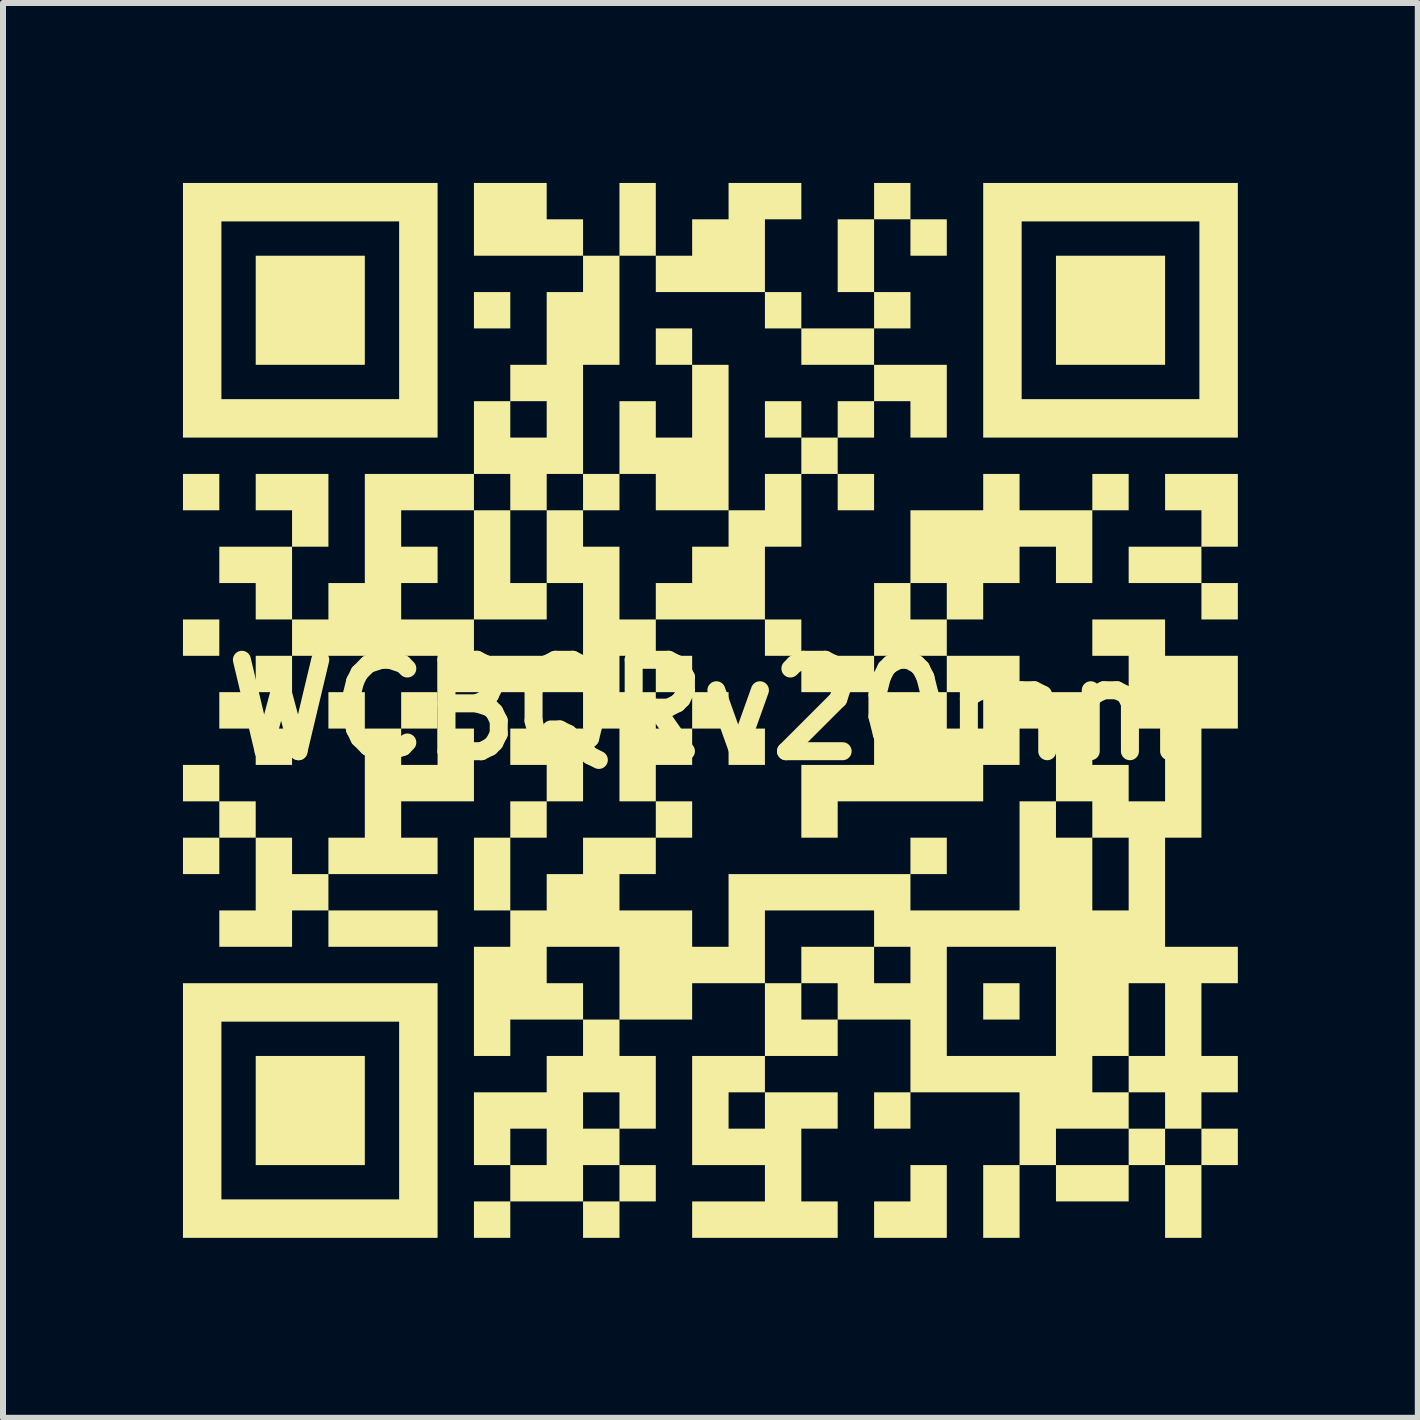
<source format=kicad_pcb>
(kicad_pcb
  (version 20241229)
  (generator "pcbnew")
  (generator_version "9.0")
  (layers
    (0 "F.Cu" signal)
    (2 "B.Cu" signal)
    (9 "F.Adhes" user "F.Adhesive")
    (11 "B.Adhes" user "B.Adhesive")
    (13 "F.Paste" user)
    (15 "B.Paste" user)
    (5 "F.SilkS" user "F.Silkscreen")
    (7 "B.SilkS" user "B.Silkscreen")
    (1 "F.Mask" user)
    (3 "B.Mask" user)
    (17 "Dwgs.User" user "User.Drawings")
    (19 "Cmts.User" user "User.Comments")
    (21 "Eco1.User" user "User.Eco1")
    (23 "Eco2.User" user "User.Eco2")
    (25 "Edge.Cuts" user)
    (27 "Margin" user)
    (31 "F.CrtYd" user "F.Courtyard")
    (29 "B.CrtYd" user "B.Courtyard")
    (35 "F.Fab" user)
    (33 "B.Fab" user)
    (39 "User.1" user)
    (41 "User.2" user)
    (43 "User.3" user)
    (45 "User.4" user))
  (footprint "WCBQRv20mm"
    (layer "F.Cu")
    (at 8.784 8.784)
    (property "Reference" "WCBQRv20mm" (at 0 0 0) (layer "F.SilkS") (effects (font (size 1.524 1.524) (thickness 0.3))))
    (attr board_only exclude_from_pos_files exclude_from_bom)
    (fp_poly (pts (xy -8.178 -3.327) (xy -8.784 -3.327) (xy -8.784 -3.933) (xy -8.178 -3.933)) (stroke (width 0) (type solid)) (fill yes) (layer "F.SilkS"))
    (fp_poly (pts (xy -8.178 -0.901) (xy -8.784 -0.901) (xy -8.784 -1.507) (xy -8.178 -1.507)) (stroke (width 0) (type solid)) (fill yes) (layer "F.SilkS"))
    (fp_poly (pts (xy -8.178 1.525) (xy -8.784 1.525) (xy -8.784 0.918) (xy -8.178 0.918)) (stroke (width 0) (type solid)) (fill yes) (layer "F.SilkS"))
    (fp_poly (pts (xy -8.178 2.738) (xy -8.784 2.738) (xy -8.784 2.131) (xy -8.178 2.131)) (stroke (width 0) (type solid)) (fill yes) (layer "F.SilkS"))
    (fp_poly (pts (xy -7.571 0.312) (xy -8.178 0.312) (xy -8.178 -0.295) (xy -7.571 -0.295)) (stroke (width 0) (type solid)) (fill yes) (layer "F.SilkS"))
    (fp_poly (pts (xy -7.571 2.131) (xy -8.178 2.131) (xy -8.178 1.525) (xy -7.571 1.525)) (stroke (width 0) (type solid)) (fill yes) (layer "F.SilkS"))
    (fp_poly (pts (xy -6.965 -0.295) (xy -7.571 -0.295) (xy -7.571 -0.901) (xy -6.965 -0.901)) (stroke (width 0) (type solid)) (fill yes) (layer "F.SilkS"))
    (fp_poly (pts (xy -6.965 0.918) (xy -7.571 0.918) (xy -7.571 0.312) (xy -6.965 0.312)) (stroke (width 0) (type solid)) (fill yes) (layer "F.SilkS"))
    (fp_poly (pts (xy -5.752 -5.752) (xy -7.571 -5.752) (xy -7.571 -7.571) (xy -5.752 -7.571)) (stroke (width 0) (type solid)) (fill yes) (layer "F.SilkS"))
    (fp_poly (pts (xy -5.752 0.312) (xy -6.359 0.312) (xy -6.359 -0.295) (xy -5.752 -0.295)) (stroke (width 0) (type solid)) (fill yes) (layer "F.SilkS"))
    (fp_poly (pts (xy -5.752 7.589) (xy -7.571 7.589) (xy -7.571 5.77) (xy -5.752 5.77)) (stroke (width 0) (type solid)) (fill yes) (layer "F.SilkS"))
    (fp_poly (pts (xy -4.539 0.312) (xy -5.146 0.312) (xy -5.146 -0.295) (xy -4.539 -0.295)) (stroke (width 0) (type solid)) (fill yes) (layer "F.SilkS"))
    (fp_poly (pts (xy -4.539 3.95) (xy -6.359 3.95) (xy -6.359 3.344) (xy -4.539 3.344)) (stroke (width 0) (type solid)) (fill yes) (layer "F.SilkS"))
    (fp_poly (pts (xy -3.327 -6.359) (xy -3.933 -6.359) (xy -3.933 -6.965) (xy -3.327 -6.965)) (stroke (width 0) (type solid)) (fill yes) (layer "F.SilkS"))
    (fp_poly (pts (xy -3.327 8.802) (xy -3.933 8.802) (xy -3.933 8.195) (xy -3.327 8.195)) (stroke (width 0) (type solid)) (fill yes) (layer "F.SilkS"))
    (fp_poly (pts (xy -1.507 -3.327) (xy -2.114 -3.327) (xy -2.114 -3.933) (xy -1.507 -3.933)) (stroke (width 0) (type solid)) (fill yes) (layer "F.SilkS"))
    (fp_poly (pts (xy -1.507 8.802) (xy -2.114 8.802) (xy -2.114 8.195) (xy -1.507 8.195)) (stroke (width 0) (type solid)) (fill yes) (layer "F.SilkS"))
    (fp_poly (pts (xy -0.901 8.195) (xy -1.507 8.195) (xy -1.507 7.589) (xy -0.901 7.589)) (stroke (width 0) (type solid)) (fill yes) (layer "F.SilkS"))
    (fp_poly (pts (xy -0.295 -5.752) (xy -0.901 -5.752) (xy -0.901 -6.359) (xy -0.295 -6.359)) (stroke (width 0) (type solid)) (fill yes) (layer "F.SilkS"))
    (fp_poly (pts (xy -0.295 -0.295) (xy -0.901 -0.295) (xy -0.901 -0.901) (xy -0.295 -0.901)) (stroke (width 0) (type solid)) (fill yes) (layer "F.SilkS"))
    (fp_poly (pts (xy -0.295 2.131) (xy -0.901 2.131) (xy -0.901 1.525) (xy -0.295 1.525)) (stroke (width 0) (type solid)) (fill yes) (layer "F.SilkS"))
    (fp_poly (pts (xy 0.312 0.312) (xy -0.295 0.312) (xy -0.295 -0.295) (xy 0.312 -0.295)) (stroke (width 0) (type solid)) (fill yes) (layer "F.SilkS"))
    (fp_poly (pts (xy 0.918 0.918) (xy 0.312 0.918) (xy 0.312 0.312) (xy 0.918 0.312)) (stroke (width 0) (type solid)) (fill yes) (layer "F.SilkS"))
    (fp_poly (pts (xy 1.525 -4.539) (xy 0.918 -4.539) (xy 0.918 -5.146) (xy 1.525 -5.146)) (stroke (width 0) (type solid)) (fill yes) (layer "F.SilkS"))
    (fp_poly (pts (xy 2.738 -6.965) (xy 2.131 -6.965) (xy 2.131 -8.178) (xy 2.738 -8.178)) (stroke (width 0) (type solid)) (fill yes) (layer "F.SilkS"))
    (fp_poly (pts (xy 2.738 -3.327) (xy 2.131 -3.327) (xy 2.131 -3.933) (xy 2.738 -3.933)) (stroke (width 0) (type solid)) (fill yes) (layer "F.SilkS"))
    (fp_poly (pts (xy 3.344 -8.178) (xy 2.738 -8.178) (xy 2.738 -8.784) (xy 3.344 -8.784)) (stroke (width 0) (type solid)) (fill yes) (layer "F.SilkS"))
    (fp_poly (pts (xy 3.344 -6.359) (xy 2.738 -6.359) (xy 2.738 -6.965) (xy 3.344 -6.965)) (stroke (width 0) (type solid)) (fill yes) (layer "F.SilkS"))
    (fp_poly (pts (xy 3.344 6.982) (xy 2.738 6.982) (xy 2.738 6.376) (xy 3.344 6.376)) (stroke (width 0) (type solid)) (fill yes) (layer "F.SilkS"))
    (fp_poly (pts (xy 3.95 -7.571) (xy 3.344 -7.571) (xy 3.344 -8.178) (xy 3.95 -8.178)) (stroke (width 0) (type solid)) (fill yes) (layer "F.SilkS"))
    (fp_poly (pts (xy 3.95 2.738) (xy 3.344 2.738) (xy 3.344 2.131) (xy 3.95 2.131)) (stroke (width 0) (type solid)) (fill yes) (layer "F.SilkS"))
    (fp_poly (pts (xy 5.163 5.163) (xy 4.557 5.163) (xy 4.557 4.557) (xy 5.163 4.557)) (stroke (width 0) (type solid)) (fill yes) (layer "F.SilkS"))
    (fp_poly (pts (xy 5.163 8.802) (xy 4.557 8.802) (xy 4.557 7.589) (xy 5.163 7.589)) (stroke (width 0) (type solid)) (fill yes) (layer "F.SilkS"))
    (fp_poly (pts (xy 6.982 -3.327) (xy 6.376 -3.327) (xy 6.376 -3.933) (xy 6.982 -3.933)) (stroke (width 0) (type solid)) (fill yes) (layer "F.SilkS"))
    (fp_poly (pts (xy 7.589 -5.752) (xy 5.77 -5.752) (xy 5.77 -7.571) (xy 7.589 -7.571)) (stroke (width 0) (type solid)) (fill yes) (layer "F.SilkS"))
    (fp_poly (pts (xy 8.195 -2.114) (xy 6.982 -2.114) (xy 6.982 -2.72) (xy 8.195 -2.72)) (stroke (width 0) (type solid)) (fill yes) (layer "F.SilkS"))
    (fp_poly (pts (xy 8.195 8.802) (xy 7.589 8.802) (xy 7.589 7.589) (xy 8.195 7.589)) (stroke (width 0) (type solid)) (fill yes) (layer "F.SilkS"))
    (fp_poly (pts (xy 8.802 -1.507) (xy 8.195 -1.507) (xy 8.195 -2.114) (xy 8.802 -2.114)) (stroke (width 0) (type solid)) (fill yes) (layer "F.SilkS"))
    (fp_poly (pts (xy 8.802 7.589) (xy 8.195 7.589) (xy 8.195 6.982) (xy 8.802 6.982)) (stroke (width 0) (type solid)) (fill yes) (layer "F.SilkS"))
    (fp_poly (pts (xy -6.965 -1.507) (xy -7.571 -1.507) (xy -7.571 -2.114) (xy -8.178 -2.114) (xy -8.178 -2.72) (xy -6.965 -2.72)) (stroke (width 0) (type solid)) (fill yes) (layer "F.SilkS"))
    (fp_poly (pts (xy -6.359 -2.72) (xy -6.965 -2.72) (xy -6.965 -3.327) (xy -7.571 -3.327) (xy -7.571 -3.933) (xy -6.359 -3.933)) (stroke (width 0) (type solid)) (fill yes) (layer "F.SilkS"))
    (fp_poly (pts (xy -3.327 -2.114) (xy -2.72 -2.114) (xy -2.72 -1.507) (xy -3.933 -1.507) (xy -3.933 -3.327) (xy -3.327 -3.327)) (stroke (width 0) (type solid)) (fill yes) (layer "F.SilkS"))
    (fp_poly (pts (xy -2.72 -8.178) (xy -2.114 -8.178) (xy -2.114 -7.571) (xy -3.933 -7.571) (xy -3.933 -8.784) (xy -2.72 -8.784)) (stroke (width 0) (type solid)) (fill yes) (layer "F.SilkS"))
    (fp_poly (pts (xy 3.95 8.802) (xy 2.738 8.802) (xy 2.738 8.195) (xy 3.344 8.195) (xy 3.344 7.589) (xy 3.95 7.589)) (stroke (width 0) (type solid)) (fill yes) (layer "F.SilkS"))
    (fp_poly (pts (xy 8.802 -2.72) (xy 8.195 -2.72) (xy 8.195 -3.327) (xy 7.589 -3.327) (xy 7.589 -3.933) (xy 8.802 -3.933)) (stroke (width 0) (type solid)) (fill yes) (layer "F.SilkS"))
    (fp_poly (pts (xy -6.965 2.738) (xy -6.359 2.738) (xy -6.359 3.344) (xy -6.965 3.344) (xy -6.965 3.95) (xy -8.178 3.95) (xy -8.178 3.344) (xy -7.571 3.344) (xy -7.571 2.131) (xy -6.965 2.131)) (stroke (width 0) (type solid)) (fill yes) (layer "F.SilkS"))
    (fp_poly (pts (xy -1.507 -5.146) (xy -0.901 -5.146) (xy -0.901 -4.539) (xy -0.295 -4.539) (xy -0.295 -5.752) (xy 0.312 -5.752) (xy 0.312 -3.327) (xy -0.901 -3.327) (xy -0.901 -3.933) (xy -1.507 -3.933)) (stroke (width 0) (type solid)) (fill yes) (layer "F.SilkS"))
    (fp_poly (pts (xy -4.539 -4.539) (xy -8.784 -4.539) (xy -8.784 -5.18) (xy -8.143 -5.18) (xy -5.18 -5.18) (xy -5.18 -8.143) (xy -8.143 -8.143) (xy -8.143 -5.18) (xy -8.784 -5.18) (xy -8.784 -8.784) (xy -4.539 -8.784)) (stroke (width 0) (type solid)) (fill yes) (layer "F.SilkS"))
    (fp_poly (pts (xy -4.539 8.802) (xy -8.784 8.802) (xy -8.784 8.161) (xy -8.143 8.161) (xy -5.18 8.161) (xy -5.18 5.198) (xy -8.143 5.198) (xy -8.143 8.161) (xy -8.784 8.161) (xy -8.784 4.557) (xy -4.539 4.557)) (stroke (width 0) (type solid)) (fill yes) (layer "F.SilkS"))
    (fp_poly (pts (xy 8.802 -4.539) (xy 4.557 -4.539) (xy 4.557 -5.18) (xy 5.198 -5.18) (xy 8.161 -5.18) (xy 8.161 -8.143) (xy 5.198 -8.143) (xy 5.198 -5.18) (xy 4.557 -5.18) (xy 4.557 -8.784) (xy 8.802 -8.784)) (stroke (width 0) (type solid)) (fill yes) (layer "F.SilkS"))
    (fp_poly (pts (xy -5.146 0.918) (xy -4.539 0.918) (xy -4.539 0.312) (xy -3.933 0.312) (xy -3.933 1.525) (xy -5.146 1.525) (xy -5.146 2.131) (xy -4.539 2.131) (xy -4.539 2.738) (xy -6.359 2.738) (xy -6.359 2.131) (xy -5.752 2.131) (xy -5.752 0.312) (xy -5.146 0.312)) (stroke (width 0) (type solid)) (fill yes) (layer "F.SilkS"))
    (fp_poly (pts (xy 2.131 6.376) (xy 2.131 6.982) (xy 1.525 6.982) (xy 1.525 8.195) (xy 2.131 8.195) (xy 2.131 8.802) (xy -0.295 8.802) (xy -0.295 8.195) (xy 0.918 8.195) (xy 0.918 7.589) (xy -0.295 7.589) (xy -0.295 6.982) (xy 0.312 6.982) (xy 0.918 6.982) (xy 0.918 6.376) (xy 0.312 6.376) (xy 0.312 6.982) (xy -0.295 6.982) (xy -0.295 5.77) (xy 0.918 5.77) (xy 0.918 6.376)) (stroke (width 0) (type solid)) (fill yes) (layer "F.SilkS"))
    (fp_poly (pts (xy 5.163 -0.901) (xy 5.163 -0.295) (xy 6.376 -0.295) (xy 6.376 0.918) (xy 6.982 0.918) (xy 6.982 1.525) (xy 7.589 1.525) (xy 7.589 0.312) (xy 6.982 0.312) (xy 6.982 -0.901) (xy 6.376 -0.901) (xy 6.376 -1.507) (xy 7.589 -1.507) (xy 7.589 -0.901) (xy 8.802 -0.901) (xy 8.802 0.312) (xy 8.195 0.312) (xy 8.195 2.131) (xy 7.589 2.131) (xy 7.589 3.95) (xy 8.802 3.95) (xy 8.802 4.557) (xy 8.195 4.557) (xy 8.195 5.77) (xy 8.802 5.77) (xy 8.802 6.376) (xy 8.195 6.376) (xy 8.195 6.982) (xy 7.589 6.982) (xy 7.589 7.589) (xy 6.982 7.589) (xy 6.982 8.195) (xy 5.77 8.195) (xy 5.77 7.589) (xy 6.982 7.589) (xy 6.982 6.982) (xy 7.589 6.982) (xy 7.589 6.376) (xy 6.982 6.376) (xy 6.982 6.982) (xy 5.77 6.982) (xy 5.77 7.589) (xy 5.163 7.589) (xy 5.163 6.376) (xy 6.376 6.376) (xy 6.982 6.376) (xy 6.982 5.77) (xy 7.589 5.77) (xy 7.589 4.557) (xy 6.982 4.557) (xy 6.982 5.77) (xy 6.376 5.77) (xy 6.376 6.376) (xy 5.163 6.376) (xy 3.344 6.376) (xy 3.344 5.77) (xy 3.95 5.77) (xy 5.77 5.77) (xy 5.77 3.95) (xy 3.95 3.95) (xy 3.95 5.77) (xy 3.344 5.77) (xy 3.344 5.163) (xy 2.131 5.163) (xy 2.131 5.77) (xy 0.918 5.77) (xy 0.918 5.163) (xy 1.525 5.163) (xy 2.131 5.163) (xy 2.131 4.557) (xy 2.738 4.557) (xy 3.344 4.557) (xy 3.344 3.95) (xy 2.738 3.95) (xy 2.738 4.557) (xy 2.131 4.557) (xy 1.525 4.557) (xy 1.525 5.163) (xy 0.918 5.163) (xy 0.918 4.557) (xy 1.525 4.557) (xy 1.525 3.95) (xy 2.738 3.95) (xy 2.738 3.344) (xy 0.918 3.344) (xy 0.918 4.557) (xy -0.295 4.557) (xy -0.295 5.163) (xy -1.507 5.163) (xy -1.507 5.77) (xy -0.901 5.77) (xy -0.901 6.982) (xy -1.507 6.982) (xy -1.507 7.589) (xy -2.114 7.589) (xy -2.114 8.195) (xy -3.327 8.195) (xy -3.327 7.589) (xy -2.72 7.589) (xy -2.72 6.982) (xy -2.114 6.982) (xy -1.507 6.982) (xy -1.507 6.376) (xy -2.114 6.376) (xy -2.114 6.982) (xy -2.72 6.982) (xy -3.327 6.982) (xy -3.327 7.589) (xy -3.933 7.589) (xy -3.933 6.376) (xy -2.72 6.376) (xy -2.72 5.77) (xy -2.114 5.77) (xy -2.114 5.163) (xy -3.327 5.163) (xy -3.327 5.77) (xy -3.933 5.77) (xy -3.933 4.557) (xy -2.72 4.557) (xy -2.114 4.557) (xy -2.114 5.163) (xy -1.507 5.163) (xy -1.507 3.95) (xy -2.72 3.95) (xy -2.72 4.557) (xy -3.933 4.557) (xy -3.933 3.95) (xy -3.327 3.95) (xy -3.327 3.344) (xy -2.72 3.344) (xy -2.72 2.738) (xy -2.114 2.738) (xy -2.114 2.131) (xy -0.901 2.131) (xy -0.901 2.738) (xy -1.507 2.738) (xy -1.507 3.344) (xy -0.295 3.344) (xy -0.295 3.95) (xy 0.312 3.95) (xy 0.312 2.738) (xy 3.344 2.738) (xy 3.344 3.344) (xy 5.163 3.344) (xy 6.376 3.344) (xy 6.982 3.344) (xy 6.982 2.131) (xy 6.376 2.131) (xy 6.376 3.344) (xy 5.163 3.344) (xy 5.163 2.131) (xy 5.77 2.131) (xy 6.376 2.131) (xy 6.376 1.525) (xy 5.77 1.525) (xy 5.77 2.131) (xy 5.163 2.131) (xy 5.163 1.525) (xy 5.77 1.525) (xy 5.77 0.312) (xy 5.163 0.312) (xy 5.163 0.918) (xy 4.557 0.918) (xy 4.557 1.525) (xy 2.131 1.525) (xy 2.131 2.131) (xy 1.525 2.131) (xy 1.525 0.918) (xy 2.738 0.918) (xy 2.738 0.312) (xy 3.95 0.312) (xy 4.557 0.312) (xy 4.557 -0.295) (xy 3.95 -0.295) (xy 3.95 0.312) (xy 2.738 0.312) (xy 2.738 -0.295) (xy 3.95 -0.295) (xy 3.95 -0.901) (xy 2.738 -0.901) (xy 2.738 -0.295) (xy 1.525 -0.295) (xy 1.525 -0.901) (xy 0.918 -0.901) (xy 0.918 -1.507) (xy -0.901 -1.507) (xy -0.901 -0.901) (xy -1.507 -0.901) (xy -1.507 -0.295) (xy -0.901 -0.295) (xy -0.901 0.312) (xy -0.295 0.312) (xy -0.295 0.918) (xy -0.901 0.918) (xy -0.901 1.525) (xy -1.507 1.525) (xy -1.507 0.312) (xy -2.114 0.312) (xy -2.114 1.525) (xy -2.72 1.525) (xy -2.72 2.131) (xy -3.327 2.131) (xy -3.327 3.344) (xy -3.933 3.344) (xy -3.933 2.131) (xy -3.327 2.131) (xy -3.327 1.525) (xy -2.72 1.525) (xy -2.72 0.918) (xy -3.327 0.918) (xy -3.327 0.312) (xy -2.114 0.312) (xy -2.114 -0.295) (xy -4.539 -0.295) (xy -4.539 -0.901) (xy -6.965 -0.901) (xy -6.965 -1.507) (xy -6.359 -1.507) (xy -5.146 -1.507) (xy -3.933 -1.507) (xy -3.933 -0.901) (xy -2.114 -0.901) (xy -2.114 -2.114) (xy -2.72 -2.114) (xy -2.72 -3.327) (xy -2.114 -3.327) (xy -2.114 -2.72) (xy -1.507 -2.72) (xy -1.507 -1.507) (xy -0.901 -1.507) (xy -0.901 -2.114) (xy -0.295 -2.114) (xy -0.295 -2.72) (xy 0.312 -2.72) (xy 0.312 -3.327) (xy 0.918 -3.327) (xy 0.918 -3.933) (xy 1.525 -3.933) (xy 1.525 -4.539) (xy 2.131 -4.539) (xy 2.131 -5.146) (xy 2.738 -5.146) (xy 2.738 -5.752) (xy 1.525 -5.752) (xy 1.525 -6.359) (xy 0.918 -6.359) (xy 0.918 -6.965) (xy -0.901 -6.965) (xy -0.901 -7.571) (xy -1.507 -7.571) (xy -1.507 -5.752) (xy -2.114 -5.752) (xy -2.114 -3.933) (xy -2.72 -3.933) (xy -2.72 -3.327) (xy -3.327 -3.327) (xy -3.327 -3.933) (xy -3.933 -3.933) (xy -3.933 -3.327) (xy -5.146 -3.327) (xy -5.146 -2.72) (xy -4.539 -2.72) (xy -4.539 -2.114) (xy -5.146 -2.114) (xy -5.146 -1.507) (xy -6.359 -1.507) (xy -6.359 -2.114) (xy -5.752 -2.114) (xy -5.752 -3.933) (xy -3.933 -3.933) (xy -3.933 -4.539) (xy -3.327 -4.539) (xy -2.72 -4.539) (xy -2.72 -5.146) (xy -3.327 -5.146) (xy -3.327 -4.539) (xy -3.933 -4.539) (xy -3.933 -5.146) (xy -3.327 -5.146) (xy -3.327 -5.752) (xy -2.72 -5.752) (xy -2.72 -6.965) (xy -2.114 -6.965) (xy -2.114 -7.571) (xy -1.507 -7.571) (xy -1.507 -8.784) (xy -0.901 -8.784) (xy -0.901 -7.571) (xy -0.295 -7.571) (xy -0.295 -8.178) (xy 0.312 -8.178) (xy 0.312 -8.784) (xy 1.525 -8.784) (xy 1.525 -8.178) (xy 0.918 -8.178) (xy 0.918 -6.965) (xy 1.525 -6.965) (xy 1.525 -6.359) (xy 2.738 -6.359) (xy 2.738 -5.752) (xy 3.95 -5.752) (xy 3.95 -4.539) (xy 3.344 -4.539) (xy 3.344 -5.146) (xy 2.738 -5.146) (xy 2.738 -4.539) (xy 2.131 -4.539) (xy 2.131 -3.933) (xy 1.525 -3.933) (xy 1.525 -2.72) (xy 0.918 -2.72) (xy 0.918 -1.507) (xy 1.525 -1.507) (xy 1.525 -0.901) (xy 2.738 -0.901) (xy 2.738 -1.507) (xy 3.344 -1.507) (xy 3.95 -1.507) (xy 3.95 -2.114) (xy 3.344 -2.114) (xy 3.344 -1.507) (xy 2.738 -1.507) (xy 2.738 -2.114) (xy 3.344 -2.114) (xy 3.344 -3.327) (xy 4.557 -3.327) (xy 4.557 -3.933) (xy 5.163 -3.933) (xy 5.163 -3.327) (xy 6.376 -3.327) (xy 6.376 -2.114) (xy 5.77 -2.114) (xy 5.77 -2.72) (xy 5.163 -2.72) (xy 5.163 -2.114) (xy 4.557 -2.114) (xy 4.557 -1.507) (xy 3.95 -1.507) (xy 3.95 -0.901)) (stroke (width 0) (type solid)) (fill yes) (layer "F.SilkS")))
  (gr_rect
    (start -3 -3)
    (end 20.586 20.586)
    (stroke (width 0.1) (type default))
    (fill no)
    (layer "Edge.Cuts")))
</source>
